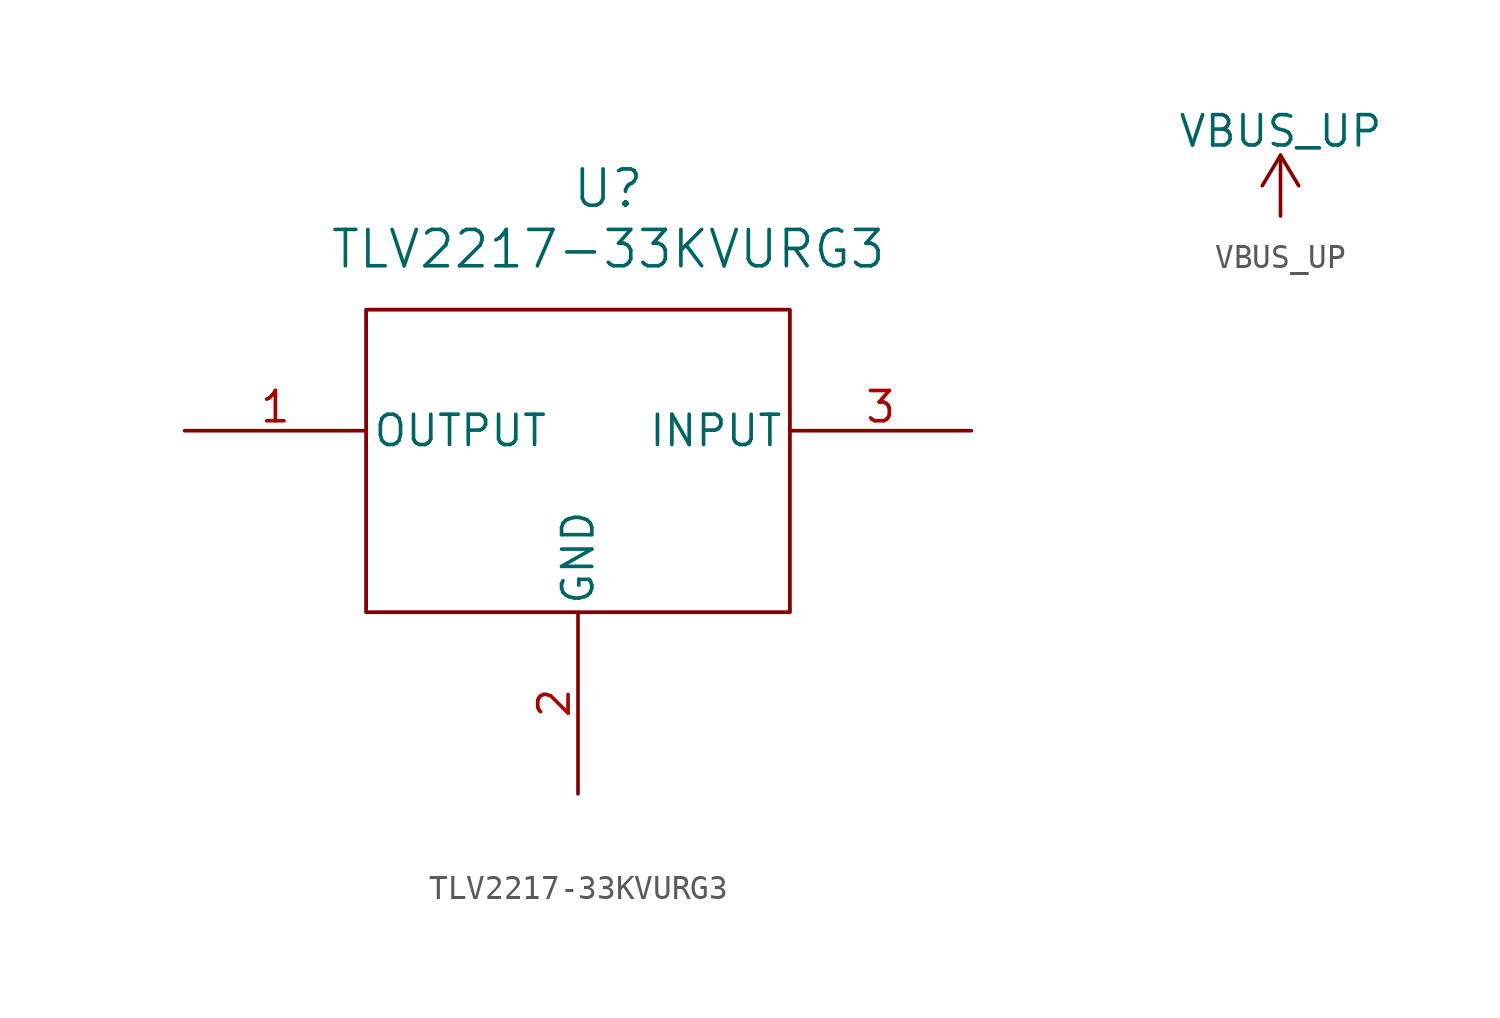
<source format=kicad_sym>
(kicad_symbol_lib
  (version 20220914)
  (generator kicad_symbol_editor)
  (symbol "TLV2217-33KVURG3"
    (pin_names
      (offset 0.254))
    (property "Reference" "U"
      (at 1.27 11.43 0)
      (effects (font (size 1.524 1.524))))
    (property "Value" "TLV2217-33KVURG3"
      (at 1.27 8.89 0)
      (effects (font (size 1.524 1.524))))
    (property "ki_locked" ""
      (at 0 0 0)
      (effects (font (size 1.27 1.27))))
    (symbol "TLV2217-33KVURG3_0_1"
      (polyline (pts (xy -8.89 -6.35) (xy 8.89 -6.35)) (stroke (width 0.127) (type default)) (fill (type none)))
      (polyline (pts (xy -8.89 6.35) (xy -8.89 -6.35)) (stroke (width 0.127) (type default)) (fill (type none)))
      (polyline (pts (xy 8.89 -6.35) (xy 8.89 6.35)) (stroke (width 0.127) (type default)) (fill (type none)))
      (polyline (pts (xy 8.89 6.35) (xy -8.89 6.35)) (stroke (width 0.127) (type default)) (fill (type none)))
      (pin output line (at -16.51 1.27 0) (length 7.62) (name "OUTPUT" (effects (font (size 1.27 1.27)))) (number "1" (effects (font (size 1.27 1.27)))))
      (pin power_in line (at 0 -13.97 90) (length 7.62) (name "GND" (effects (font (size 1.27 1.27)))) (number "2" (effects (font (size 1.27 1.27)))))
      (pin input line (at 16.51 1.27 180) (length 7.62) (name "INPUT" (effects (font (size 1.27 1.27)))) (number "3" (effects (font (size 1.27 1.27))))))
    (symbol "TLV2217-33KVURG3_1_1"
      (rectangle (start -8.89 6.35) (end 8.89 -6.35) (stroke (width 0) (type default)) (fill (type none)))))
  (symbol "VBUS_UP"
    (power)
    (pin_names
      (offset 0))
    (property "Reference" "#PWR"
      (at 0 -3.81 0)
      (effects (font (size 1.27 1.27)) hide))
    (property "Value" "VBUS_UP"
      (at 0 3.556 0)
      (effects (font (size 1.27 1.27))))
    (symbol "VBUS_UP_0_1"
      (polyline (pts (xy -0.762 1.27) (xy 0 2.54)) (stroke (width 0) (type default)) (fill (type none)))
      (polyline (pts (xy 0 0) (xy 0 2.54)) (stroke (width 0) (type default)) (fill (type none)))
      (polyline (pts (xy 0 2.54) (xy 0.762 1.27)) (stroke (width 0) (type default)) (fill (type none))))
    (symbol "VBUS_UP_1_1"
      (pin power_in line (at 0 0 90) (length 0) hide (name "+12V" (effects (font (size 1.27 1.27)))) (number "1" (effects (font (size 1.27 1.27))))))))
</source>
